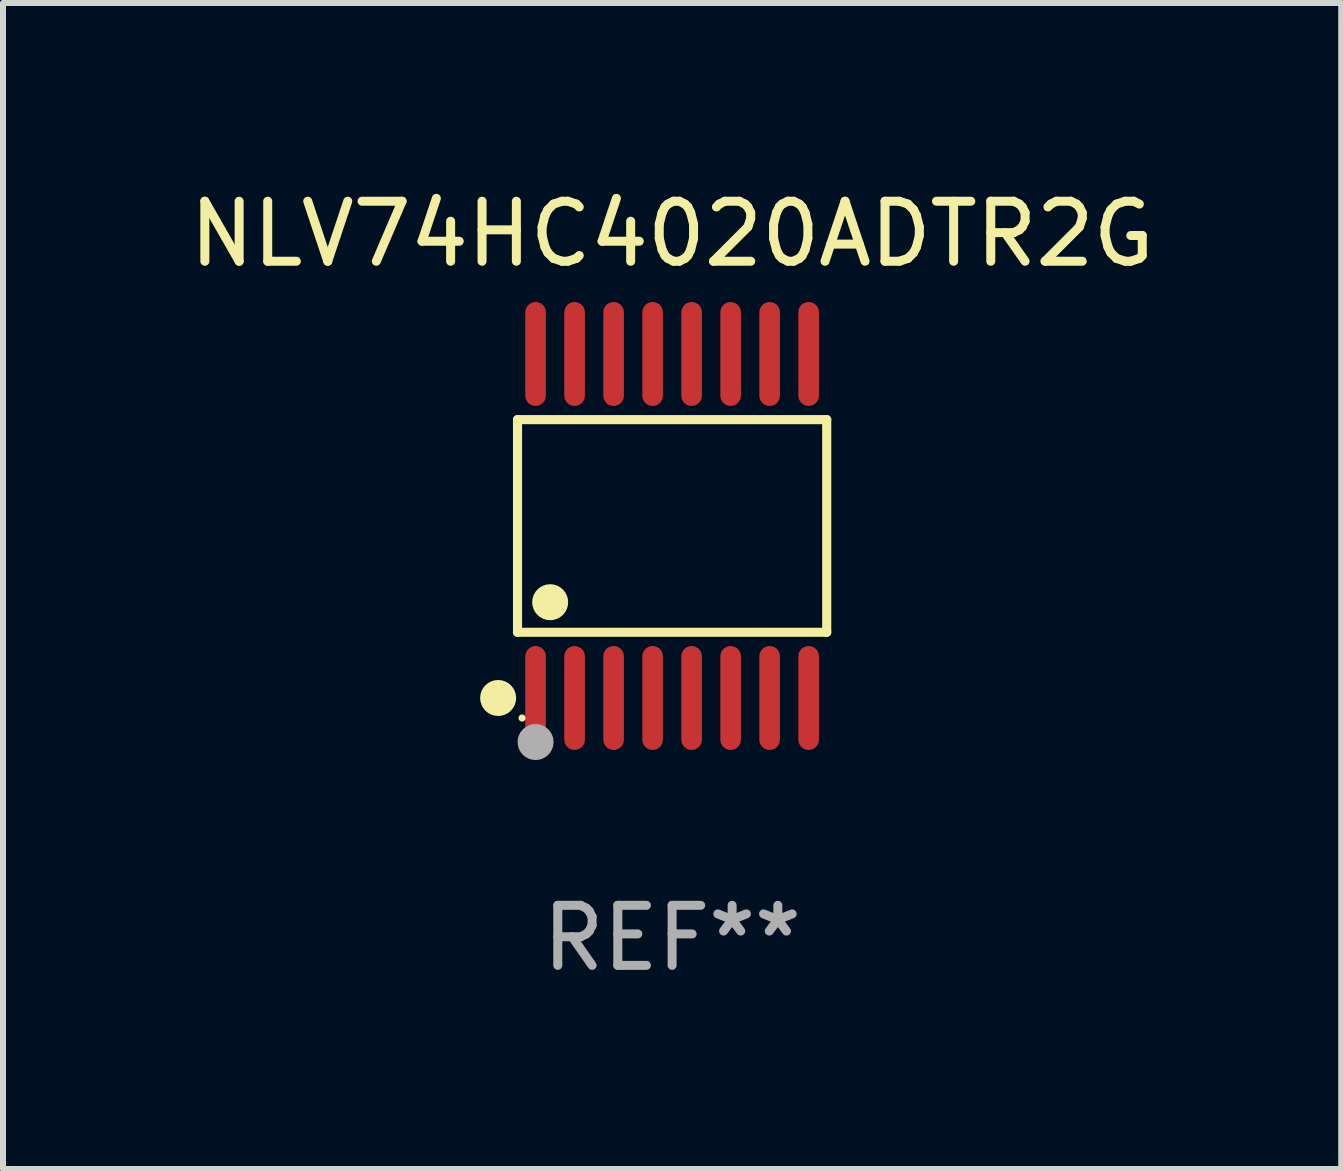
<source format=kicad_pcb>
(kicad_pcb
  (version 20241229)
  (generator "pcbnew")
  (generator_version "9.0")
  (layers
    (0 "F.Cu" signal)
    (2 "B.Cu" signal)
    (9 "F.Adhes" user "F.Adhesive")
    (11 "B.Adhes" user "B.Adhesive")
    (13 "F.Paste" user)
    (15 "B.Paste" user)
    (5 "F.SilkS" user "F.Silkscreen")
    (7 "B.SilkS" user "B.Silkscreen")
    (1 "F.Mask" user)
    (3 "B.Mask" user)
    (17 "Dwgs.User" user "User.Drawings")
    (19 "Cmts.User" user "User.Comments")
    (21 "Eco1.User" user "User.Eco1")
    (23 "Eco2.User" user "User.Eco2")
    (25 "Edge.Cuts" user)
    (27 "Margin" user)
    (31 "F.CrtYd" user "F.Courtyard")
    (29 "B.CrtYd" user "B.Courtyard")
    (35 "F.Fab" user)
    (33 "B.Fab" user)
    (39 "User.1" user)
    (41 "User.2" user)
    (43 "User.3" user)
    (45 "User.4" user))
  (footprint "NLV74HC4020ADTR2G"
    (layer "F.Cu")
    (at 8.149 5.714)
    (property "Reference" "NLV74HC4020ADTR2G" (at 0 -4.866 0) (layer "F.SilkS") (effects (font (size 1 1) (thickness 0.15))))
    (attr through_hole)
    (fp_line (start -2.576 -1.772) (end 2.576 -1.772) (stroke (width 0.152) (type solid)) (layer "F.SilkS"))
    (fp_line (start -2.576 1.771) (end -2.576 -1.772) (stroke (width 0.152) (type solid)) (layer "F.SilkS"))
    (fp_line (start 2.576 -1.772) (end 2.576 1.771) (stroke (width 0.152) (type solid)) (layer "F.SilkS"))
    (fp_line (start 2.576 1.771) (end -2.576 1.771) (stroke (width 0.152) (type solid)) (layer "F.SilkS"))
    (fp_circle (center -2.899 2.866) (end -2.749 2.866) (stroke (width 0.3) (type solid)) (fill no) (layer "F.SilkS"))
    (fp_circle (center -2.5 3.2) (end -2.47 3.2) (stroke (width 0.06) (type solid)) (fill no) (layer "F.SilkS"))
    (fp_circle (center -2.032 1.27) (end -1.882 1.27) (stroke (width 0.3) (type solid)) (fill no) (layer "F.SilkS"))
    (fp_circle (center -2.275 3.6) (end -2.125 3.6) (stroke (width 0.3) (type solid)) (fill no) (layer "F.Fab"))
    (fp_text user "REF**" (at 0 6.866 0) (layer "F.Fab") (effects (font (size 1 1) (thickness 0.15))))
    (pad "1" smd oval (at -2.275 2.866) (size 0.343 1.731) (layers "F.Cu" "F.Mask" "F.Paste"))
    (pad "2" smd oval (at -1.625 2.866) (size 0.343 1.731) (layers "F.Cu" "F.Mask" "F.Paste"))
    (pad "3" smd oval (at -0.975 2.866) (size 0.343 1.731) (layers "F.Cu" "F.Mask" "F.Paste"))
    (pad "4" smd oval (at -0.325 2.866) (size 0.343 1.731) (layers "F.Cu" "F.Mask" "F.Paste"))
    (pad "5" smd oval (at 0.325 2.866) (size 0.343 1.731) (layers "F.Cu" "F.Mask" "F.Paste"))
    (pad "6" smd oval (at 0.975 2.866) (size 0.343 1.731) (layers "F.Cu" "F.Mask" "F.Paste"))
    (pad "7" smd oval (at 1.625 2.866) (size 0.343 1.731) (layers "F.Cu" "F.Mask" "F.Paste"))
    (pad "8" smd oval (at 2.275 2.866) (size 0.343 1.731) (layers "F.Cu" "F.Mask" "F.Paste"))
    (pad "9" smd oval (at 2.275 -2.866) (size 0.343 1.731) (layers "F.Cu" "F.Mask" "F.Paste"))
    (pad "10" smd oval (at 1.625 -2.866) (size 0.343 1.731) (layers "F.Cu" "F.Mask" "F.Paste"))
    (pad "11" smd oval (at 0.975 -2.866) (size 0.343 1.731) (layers "F.Cu" "F.Mask" "F.Paste"))
    (pad "12" smd oval (at 0.325 -2.866) (size 0.343 1.731) (layers "F.Cu" "F.Mask" "F.Paste"))
    (pad "13" smd oval (at -0.325 -2.866) (size 0.343 1.731) (layers "F.Cu" "F.Mask" "F.Paste"))
    (pad "14" smd oval (at -0.975 -2.866) (size 0.343 1.731) (layers "F.Cu" "F.Mask" "F.Paste"))
    (pad "15" smd oval (at -1.625 -2.866) (size 0.343 1.731) (layers "F.Cu" "F.Mask" "F.Paste"))
    (pad "16" smd oval (at -2.275 -2.866) (size 0.343 1.731) (layers "F.Cu" "F.Mask" "F.Paste")))
  (gr_rect
    (start -3 -3)
    (end 19.298 16.428)
    (stroke (width 0.1) (type default))
    (fill no)
    (layer "Edge.Cuts")))
</source>
